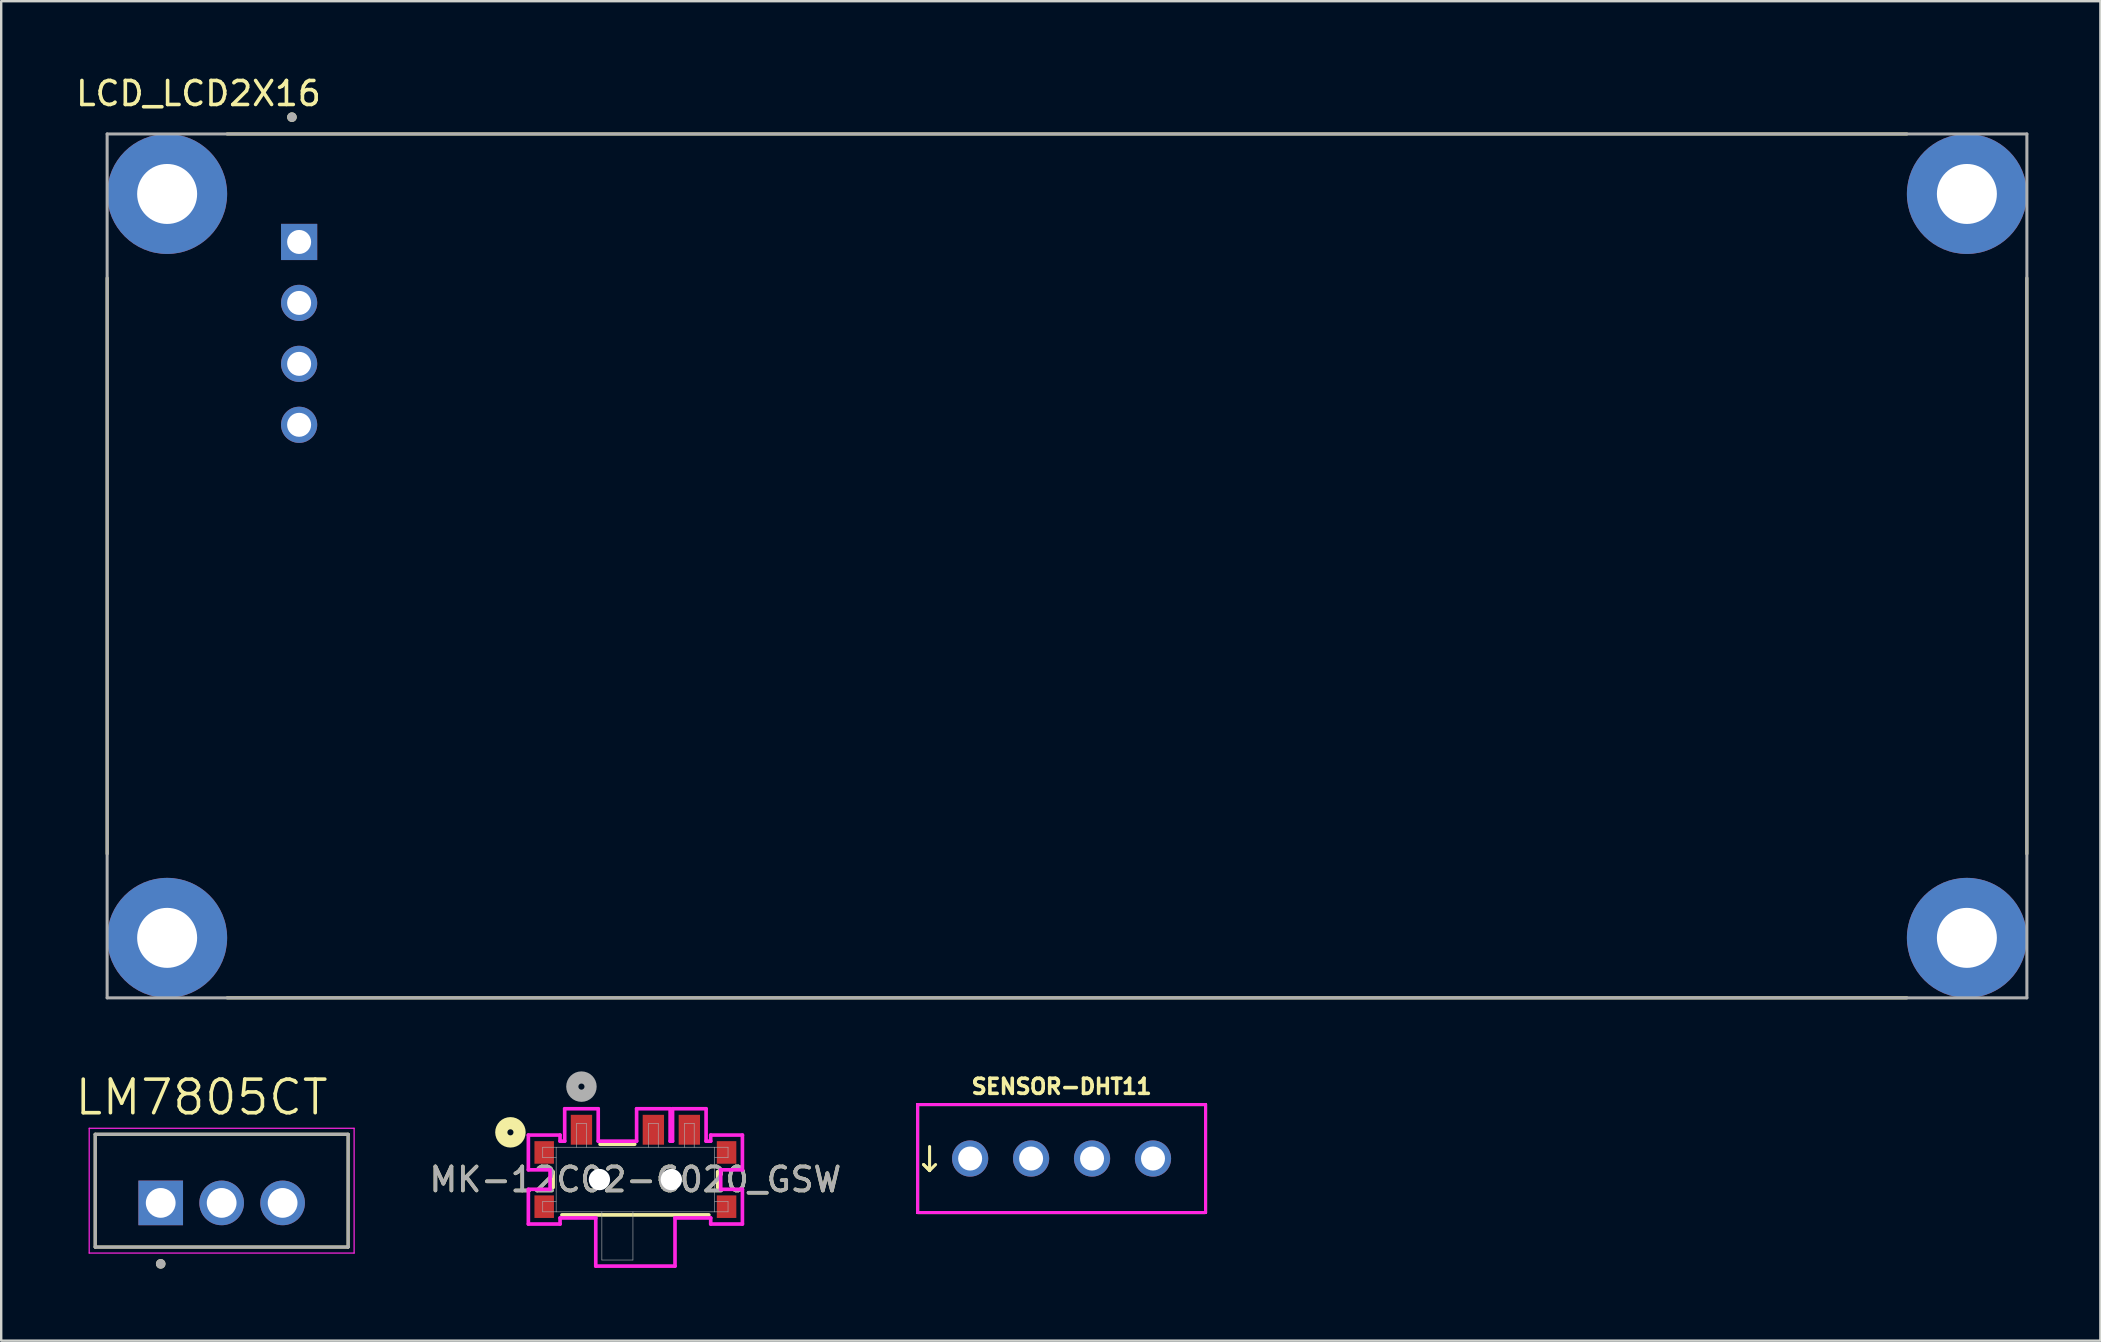
<source format=kicad_pcb>
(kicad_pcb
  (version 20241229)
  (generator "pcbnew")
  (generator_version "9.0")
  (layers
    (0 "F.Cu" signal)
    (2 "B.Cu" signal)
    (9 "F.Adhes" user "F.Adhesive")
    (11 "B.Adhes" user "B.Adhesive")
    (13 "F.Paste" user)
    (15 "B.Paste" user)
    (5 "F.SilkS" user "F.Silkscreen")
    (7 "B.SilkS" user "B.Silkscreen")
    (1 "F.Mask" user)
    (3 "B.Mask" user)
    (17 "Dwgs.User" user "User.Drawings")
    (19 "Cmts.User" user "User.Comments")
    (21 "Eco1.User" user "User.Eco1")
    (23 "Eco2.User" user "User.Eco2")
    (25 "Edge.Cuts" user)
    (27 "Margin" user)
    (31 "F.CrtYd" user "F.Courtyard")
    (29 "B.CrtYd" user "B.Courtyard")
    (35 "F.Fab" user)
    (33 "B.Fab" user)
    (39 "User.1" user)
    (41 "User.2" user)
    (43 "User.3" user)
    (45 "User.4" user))
  (footprint "LM7805CT"
    (layer "F.Cu")
    (at 6.187 47.078)
    (property "Reference" "LM7805CT" (at -0.835 -4.399 0) (layer "F.SilkS") (effects (font (size 1.4 1.4) (thickness 0.15))))
    (attr through_hole)
    (fp_line (start -5.27 -2.86) (end -5.27 1.84) (stroke (width 0.127) (type solid)) (layer "F.SilkS"))
    (fp_line (start -5.27 1.84) (end 5.27 1.84) (stroke (width 0.127) (type solid)) (layer "F.SilkS"))
    (fp_line (start 5.27 -2.86) (end -5.27 -2.86) (stroke (width 0.127) (type solid)) (layer "F.SilkS"))
    (fp_line (start 5.27 1.84) (end 5.27 -2.86) (stroke (width 0.127) (type solid)) (layer "F.SilkS"))
    (fp_circle (center -2.54 2.54) (end -2.44 2.54) (stroke (width 0.2) (type solid)) (fill no) (layer "F.SilkS"))
    (fp_line (start -5.52 -3.11) (end -5.52 2.09) (stroke (width 0.05) (type solid)) (layer "F.CrtYd"))
    (fp_line (start -5.52 2.09) (end 5.52 2.09) (stroke (width 0.05) (type solid)) (layer "F.CrtYd"))
    (fp_line (start 5.52 -3.11) (end -5.52 -3.11) (stroke (width 0.05) (type solid)) (layer "F.CrtYd"))
    (fp_line (start 5.52 2.09) (end 5.52 -3.11) (stroke (width 0.05) (type solid)) (layer "F.CrtYd"))
    (fp_line (start -5.27 -2.86) (end -5.27 1.84) (stroke (width 0.127) (type solid)) (layer "F.Fab"))
    (fp_line (start -5.27 1.84) (end 5.27 1.84) (stroke (width 0.127) (type solid)) (layer "F.Fab"))
    (fp_line (start 5.27 -2.86) (end -5.27 -2.86) (stroke (width 0.127) (type solid)) (layer "F.Fab"))
    (fp_line (start 5.27 1.84) (end 5.27 -2.86) (stroke (width 0.127) (type solid)) (layer "F.Fab"))
    (fp_circle (center -2.54 2.54) (end -2.44 2.54) (stroke (width 0.2) (type solid)) (fill no) (layer "F.Fab"))
    (pad "1" thru_hole rect (at -2.54 0) (size 1.86 1.86) (drill 1.24) (layers "*.Cu" "*.Mask"))
    (pad "2" thru_hole circle (at 0 0) (size 1.86 1.86) (drill 1.24) (layers "*.Cu" "*.Mask"))
    (pad "3" thru_hole circle (at 2.54 0) (size 1.86 1.86) (drill 1.24) (layers "*.Cu" "*.Mask")))
  (footprint "SENSOR-DHT11"
    (layer "F.Cu")
    (at 41.188 45.229)
    (property "Reference" "SENSOR-DHT11" (at 0 -3 0) (layer "F.SilkS") (effects (font (size 0.63 0.63) (thickness 0.15))))
    (attr through_hole)
    (fp_line (start -6 -2.25) (end 6 -2.25) (stroke (width 0.127) (type solid)) (layer "F.SilkS"))
    (fp_line (start -6 2.25) (end -6 -2.25) (stroke (width 0.127) (type solid)) (layer "F.SilkS"))
    (fp_line (start -5.75 0.25) (end -5.5 0.5) (stroke (width 0.127) (type solid)) (layer "F.SilkS"))
    (fp_line (start -5.5 -0.5) (end -5.5 0.5) (stroke (width 0.127) (type solid)) (layer "F.SilkS"))
    (fp_line (start -5.5 0.5) (end -5.75 0.25) (stroke (width 0.127) (type solid)) (layer "F.SilkS"))
    (fp_line (start -5.5 0.5) (end -5.25 0.25) (stroke (width 0.127) (type solid)) (layer "F.SilkS"))
    (fp_line (start 6 -2.25) (end 6 2.25) (stroke (width 0.127) (type solid)) (layer "F.SilkS"))
    (fp_line (start 6 2.25) (end -6 2.25) (stroke (width 0.127) (type solid)) (layer "F.SilkS"))
    (fp_line (start -6 -2.25) (end 6 -2.25) (stroke (width 0.127) (type solid)) (layer "F.CrtYd"))
    (fp_line (start -6 2.25) (end -6 -2.25) (stroke (width 0.127) (type solid)) (layer "F.CrtYd"))
    (fp_line (start 6 -2.25) (end 6 2.25) (stroke (width 0.127) (type solid)) (layer "F.CrtYd"))
    (fp_line (start 6 2.25) (end -6 2.25) (stroke (width 0.127) (type solid)) (layer "F.CrtYd"))
    (fp_line (start -6 -2.25) (end 6 -2.25) (stroke (width 0.127) (type solid)) (layer "F.Fab"))
    (fp_line (start -6 2.25) (end -6 -2.25) (stroke (width 0.127) (type solid)) (layer "F.Fab"))
    (fp_line (start 6 -2.25) (end 6 2.25) (stroke (width 0.127) (type solid)) (layer "F.Fab"))
    (fp_line (start 6 2.25) (end -6 2.25) (stroke (width 0.127) (type solid)) (layer "F.Fab"))
    (pad "P$1" thru_hole circle (at -3.81 0) (size 1.508 1.508) (drill 1) (layers "*.Cu" "*.Mask"))
    (pad "P$2" thru_hole circle (at -1.27 0) (size 1.508 1.508) (drill 1) (layers "*.Cu" "*.Mask"))
    (pad "P$3" thru_hole circle (at 1.27 0) (size 1.508 1.508) (drill 1) (layers "*.Cu" "*.Mask"))
    (pad "P$4" thru_hole circle (at 3.81 0) (size 1.508 1.508) (drill 1) (layers "*.Cu" "*.Mask")))
  (footprint "LCD_LCD2X16"
    (layer "F.Cu")
    (at 41.415 20.533)
    (property "Reference" "LCD_LCD2X16" (at -36.195 -19.685 0) (layer "F.SilkS") (effects (font (size 1 1) (thickness 0.15))))
    (attr through_hole)
    (fp_line (start -40 12) (end -40 -12) (stroke (width 0.127) (type solid)) (layer "F.SilkS"))
    (fp_line (start -35 -18) (end 35 -18) (stroke (width 0.127) (type solid)) (layer "F.SilkS"))
    (fp_line (start 35 18) (end -35 18) (stroke (width 0.127) (type solid)) (layer "F.SilkS"))
    (fp_line (start 40 -12) (end 40 12) (stroke (width 0.127) (type solid)) (layer "F.SilkS"))
    (fp_circle (center -32.3 -18.7) (end -32.2 -18.7) (stroke (width 0.2) (type solid)) (fill no) (layer "F.SilkS"))
    (fp_line (start -40 -18) (end -40 18) (stroke (width 0.127) (type solid)) (layer "F.Fab"))
    (fp_line (start -40 -18) (end 40 -18) (stroke (width 0.127) (type solid)) (layer "F.Fab"))
    (fp_line (start -40 18) (end 40 18) (stroke (width 0.127) (type solid)) (layer "F.Fab"))
    (fp_line (start 40 18) (end 40 -18) (stroke (width 0.127) (type solid)) (layer "F.Fab"))
    (fp_circle (center -32.3 -18.7) (end -32.2 -18.7) (stroke (width 0.2) (type solid)) (fill no) (layer "F.Fab"))
    (pad "1" thru_hole rect (at -32 -13.5 270) (size 1.508 1.508) (drill 1) (layers "*.Cu" "*.Mask"))
    (pad "2" thru_hole circle (at -32 -10.96 270) (size 1.508 1.508) (drill 1) (layers "*.Cu" "*.Mask"))
    (pad "3" thru_hole circle (at -32 -8.42 270) (size 1.508 1.508) (drill 1) (layers "*.Cu" "*.Mask"))
    (pad "4" thru_hole circle (at -32 -5.88 270) (size 1.508 1.508) (drill 1) (layers "*.Cu" "*.Mask"))
    (pad "S1" thru_hole circle (at -37.5 -15.5) (size 5 5) (drill 2.5) (layers "*.Cu" "*.Mask"))
    (pad "S2" thru_hole circle (at 37.5 -15.5) (size 5 5) (drill 2.5) (layers "*.Cu" "*.Mask"))
    (pad "S3" thru_hole circle (at 37.5 15.5) (size 5 5) (drill 2.5) (layers "*.Cu" "*.Mask"))
    (pad "S4" thru_hole circle (at -37.5 15.5) (size 5 5) (drill 2.5) (layers "*.Cu" "*.Mask")))
  (footprint "MK-12C02-G020_GSW"
    (layer "F.Cu")
    (at 23.428 46.105)
    (property "Reference" "MK-12C02-G020_GSW" (at 0 0 0) (unlocked yes) (layer "F.SilkS") (effects (font (size 1 1) (thickness 0.15))))
    (attr smd)
    (fp_line (start -3.429 -0.328) (end -3.429 0.328) (stroke (width 0.152) (type solid)) (layer "F.SilkS"))
    (fp_line (start -3.061 1.473) (end 3.061 1.473) (stroke (width 0.152) (type solid)) (layer "F.SilkS"))
    (fp_line (start -0.028 -1.473) (end -1.471 -1.473) (stroke (width 0.152) (type solid)) (layer "F.SilkS"))
    (fp_line (start 3.429 0.328) (end 3.429 -0.328) (stroke (width 0.152) (type solid)) (layer "F.SilkS"))
    (fp_circle (center -5.207 -1.968) (end -4.826 -1.968) (stroke (width 0.508) (type solid)) (fill no) (layer "F.SilkS"))
    (fp_line (start -4.46 -1.854) (end -4.46 -0.406) (stroke (width 0.152) (type solid)) (layer "F.CrtYd"))
    (fp_line (start -4.46 -0.406) (end -3.556 -0.406) (stroke (width 0.152) (type solid)) (layer "F.CrtYd"))
    (fp_line (start -4.46 0.406) (end -4.46 1.854) (stroke (width 0.152) (type solid)) (layer "F.CrtYd"))
    (fp_line (start -4.46 1.854) (end -3.139 1.854) (stroke (width 0.152) (type solid)) (layer "F.CrtYd"))
    (fp_line (start -3.556 -0.406) (end -3.556 0.406) (stroke (width 0.152) (type solid)) (layer "F.CrtYd"))
    (fp_line (start -3.556 0.406) (end -4.46 0.406) (stroke (width 0.152) (type solid)) (layer "F.CrtYd"))
    (fp_line (start -3.139 -1.854) (end -4.46 -1.854) (stroke (width 0.152) (type solid)) (layer "F.CrtYd"))
    (fp_line (start -3.139 -1.6) (end -3.139 -1.854) (stroke (width 0.152) (type solid)) (layer "F.CrtYd"))
    (fp_line (start -3.139 1.6) (end -1.651 1.6) (stroke (width 0.152) (type solid)) (layer "F.CrtYd"))
    (fp_line (start -3.139 1.854) (end -3.139 1.6) (stroke (width 0.152) (type solid)) (layer "F.CrtYd"))
    (fp_line (start -2.946 -2.951) (end -2.946 -1.6) (stroke (width 0.152) (type solid)) (layer "F.CrtYd"))
    (fp_line (start -2.946 -1.6) (end -3.139 -1.6) (stroke (width 0.152) (type solid)) (layer "F.CrtYd"))
    (fp_line (start -1.651 1.6) (end -1.651 3.607) (stroke (width 0.152) (type solid)) (layer "F.CrtYd"))
    (fp_line (start -1.651 3.607) (end 1.651 3.607) (stroke (width 0.152) (type solid)) (layer "F.CrtYd"))
    (fp_line (start -1.549 -2.951) (end -2.946 -2.951) (stroke (width 0.152) (type solid)) (layer "F.CrtYd"))
    (fp_line (start -1.549 -1.6) (end -1.549 -2.951) (stroke (width 0.152) (type solid)) (layer "F.CrtYd"))
    (fp_line (start 0.051 -2.951) (end 0.051 -1.6) (stroke (width 0.152) (type solid)) (layer "F.CrtYd"))
    (fp_line (start 0.051 -1.6) (end -1.549 -1.6) (stroke (width 0.152) (type solid)) (layer "F.CrtYd"))
    (fp_line (start 1.448 -2.951) (end 0.051 -2.951) (stroke (width 0.152) (type solid)) (layer "F.CrtYd"))
    (fp_line (start 1.448 -1.6) (end 1.448 -2.951) (stroke (width 0.152) (type solid)) (layer "F.CrtYd"))
    (fp_line (start 1.549 -2.951) (end 1.549 -1.6) (stroke (width 0.152) (type solid)) (layer "F.CrtYd"))
    (fp_line (start 1.549 -1.6) (end 1.448 -1.6) (stroke (width 0.152) (type solid)) (layer "F.CrtYd"))
    (fp_line (start 1.651 1.6) (end 3.139 1.6) (stroke (width 0.152) (type solid)) (layer "F.CrtYd"))
    (fp_line (start 1.651 3.607) (end 1.651 1.6) (stroke (width 0.152) (type solid)) (layer "F.CrtYd"))
    (fp_line (start 2.946 -2.951) (end 1.549 -2.951) (stroke (width 0.152) (type solid)) (layer "F.CrtYd"))
    (fp_line (start 2.946 -1.6) (end 2.946 -2.951) (stroke (width 0.152) (type solid)) (layer "F.CrtYd"))
    (fp_line (start 3.139 -1.854) (end 3.139 -1.6) (stroke (width 0.152) (type solid)) (layer "F.CrtYd"))
    (fp_line (start 3.139 -1.6) (end 2.946 -1.6) (stroke (width 0.152) (type solid)) (layer "F.CrtYd"))
    (fp_line (start 3.139 1.6) (end 3.139 1.854) (stroke (width 0.152) (type solid)) (layer "F.CrtYd"))
    (fp_line (start 3.139 1.854) (end 4.46 1.854) (stroke (width 0.152) (type solid)) (layer "F.CrtYd"))
    (fp_line (start 3.556 -0.406) (end 4.46 -0.406) (stroke (width 0.152) (type solid)) (layer "F.CrtYd"))
    (fp_line (start 3.556 0.406) (end 3.556 -0.406) (stroke (width 0.152) (type solid)) (layer "F.CrtYd"))
    (fp_line (start 4.46 -1.854) (end 3.139 -1.854) (stroke (width 0.152) (type solid)) (layer "F.CrtYd"))
    (fp_line (start 4.46 -0.406) (end 4.46 -1.854) (stroke (width 0.152) (type solid)) (layer "F.CrtYd"))
    (fp_line (start 4.46 0.406) (end 3.556 0.406) (stroke (width 0.152) (type solid)) (layer "F.CrtYd"))
    (fp_line (start 4.46 1.854) (end 4.46 0.406) (stroke (width 0.152) (type solid)) (layer "F.CrtYd"))
    (fp_line (start -3.861 -1.346) (end -3.861 -0.914) (stroke (width 0.025) (type solid)) (layer "F.Fab"))
    (fp_line (start -3.861 0.914) (end -3.302 0.914) (stroke (width 0.025) (type solid)) (layer "F.Fab"))
    (fp_line (start -3.861 1.346) (end -3.861 0.914) (stroke (width 0.025) (type solid)) (layer "F.Fab"))
    (fp_line (start -3.302 -1.346) (end -3.861 -1.346) (stroke (width 0.025) (type solid)) (layer "F.Fab"))
    (fp_line (start -3.302 -1.346) (end -3.302 1.346) (stroke (width 0.025) (type solid)) (layer "F.Fab"))
    (fp_line (start -3.302 -0.914) (end -3.861 -0.914) (stroke (width 0.025) (type solid)) (layer "F.Fab"))
    (fp_line (start -3.302 1.346) (end -3.861 1.346) (stroke (width 0.025) (type solid)) (layer "F.Fab"))
    (fp_line (start -3.302 1.346) (end 3.302 1.346) (stroke (width 0.025) (type solid)) (layer "F.Fab"))
    (fp_line (start -2.451 -2.337) (end -2.045 -2.337) (stroke (width 0.025) (type solid)) (layer "F.Fab"))
    (fp_line (start -2.451 -1.346) (end -2.451 -2.337) (stroke (width 0.025) (type solid)) (layer "F.Fab"))
    (fp_line (start -2.045 -2.337) (end -2.045 -1.346) (stroke (width 0.025) (type solid)) (layer "F.Fab"))
    (fp_line (start -1.397 1.346) (end -1.397 3.353) (stroke (width 0.025) (type solid)) (layer "F.Fab"))
    (fp_line (start -1.397 3.353) (end -0.102 3.353) (stroke (width 0.025) (type solid)) (layer "F.Fab"))
    (fp_line (start -0.102 3.353) (end -0.102 1.346) (stroke (width 0.025) (type solid)) (layer "F.Fab"))
    (fp_line (start 0.546 -2.337) (end 0.953 -2.337) (stroke (width 0.025) (type solid)) (layer "F.Fab"))
    (fp_line (start 0.546 -1.346) (end 0.546 -2.337) (stroke (width 0.025) (type solid)) (layer "F.Fab"))
    (fp_line (start 0.953 -2.337) (end 0.953 -1.346) (stroke (width 0.025) (type solid)) (layer "F.Fab"))
    (fp_line (start 2.045 -2.337) (end 2.451 -2.337) (stroke (width 0.025) (type solid)) (layer "F.Fab"))
    (fp_line (start 2.045 -1.346) (end 2.045 -2.337) (stroke (width 0.025) (type solid)) (layer "F.Fab"))
    (fp_line (start 2.451 -2.337) (end 2.451 -1.346) (stroke (width 0.025) (type solid)) (layer "F.Fab"))
    (fp_line (start 3.302 -1.346) (end -3.302 -1.346) (stroke (width 0.025) (type solid)) (layer "F.Fab"))
    (fp_line (start 3.302 -0.914) (end 3.861 -0.914) (stroke (width 0.025) (type solid)) (layer "F.Fab"))
    (fp_line (start 3.302 1.346) (end 3.302 -1.346) (stroke (width 0.025) (type solid)) (layer "F.Fab"))
    (fp_line (start 3.302 1.346) (end 3.861 1.346) (stroke (width 0.025) (type solid)) (layer "F.Fab"))
    (fp_line (start 3.861 -1.346) (end 3.302 -1.346) (stroke (width 0.025) (type solid)) (layer "F.Fab"))
    (fp_line (start 3.861 -0.914) (end 3.861 -1.346) (stroke (width 0.025) (type solid)) (layer "F.Fab"))
    (fp_line (start 3.861 0.914) (end 3.302 0.914) (stroke (width 0.025) (type solid)) (layer "F.Fab"))
    (fp_line (start 3.861 1.346) (end 3.861 0.914) (stroke (width 0.025) (type solid)) (layer "F.Fab"))
    (fp_circle (center -2.248 -3.873) (end -1.867 -3.873) (stroke (width 0.508) (type solid)) (fill no) (layer "F.Fab"))
    (fp_text user "${REFERENCE}" (at 0 0 0) (unlocked yes) (layer "F.Fab") (effects (font (size 1 1) (thickness 0.15))))
    (pad "" np_thru_hole circle (at -1.499 0) (size 0.889 0.889) (drill 0.889) (layers "*.Cu" "*.Mask"))
    (pad "" np_thru_hole circle (at 1.499 0) (size 0.889 0.889) (drill 0.889) (layers "*.Cu" "*.Mask"))
    (pad "1" smd rect (at -2.248 -2.075) (size 0.889 1.245) (layers "F.Cu" "F.Mask" "F.Paste"))
    (pad "2" smd rect (at 0.749 -2.075) (size 0.889 1.245) (layers "F.Cu" "F.Mask" "F.Paste"))
    (pad "3" smd rect (at 2.248 -2.075) (size 0.889 1.245) (layers "F.Cu" "F.Mask" "F.Paste"))
    (pad "4" smd rect (at -3.8 -1.13) (size 0.813 0.94) (layers "F.Cu" "F.Mask" "F.Paste"))
    (pad "5" smd rect (at 3.8 -1.13) (size 0.813 0.94) (layers "F.Cu" "F.Mask" "F.Paste"))
    (pad "6" smd rect (at -3.8 1.13) (size 0.813 0.94) (layers "F.Cu" "F.Mask" "F.Paste"))
    (pad "7" smd rect (at 3.8 1.13) (size 0.813 0.94) (layers "F.Cu" "F.Mask" "F.Paste")))
  (gr_rect
    (start -3 -3)
    (end 84.479 52.818)
    (stroke (width 0.1) (type default))
    (fill no)
    (layer "Edge.Cuts")))
</source>
